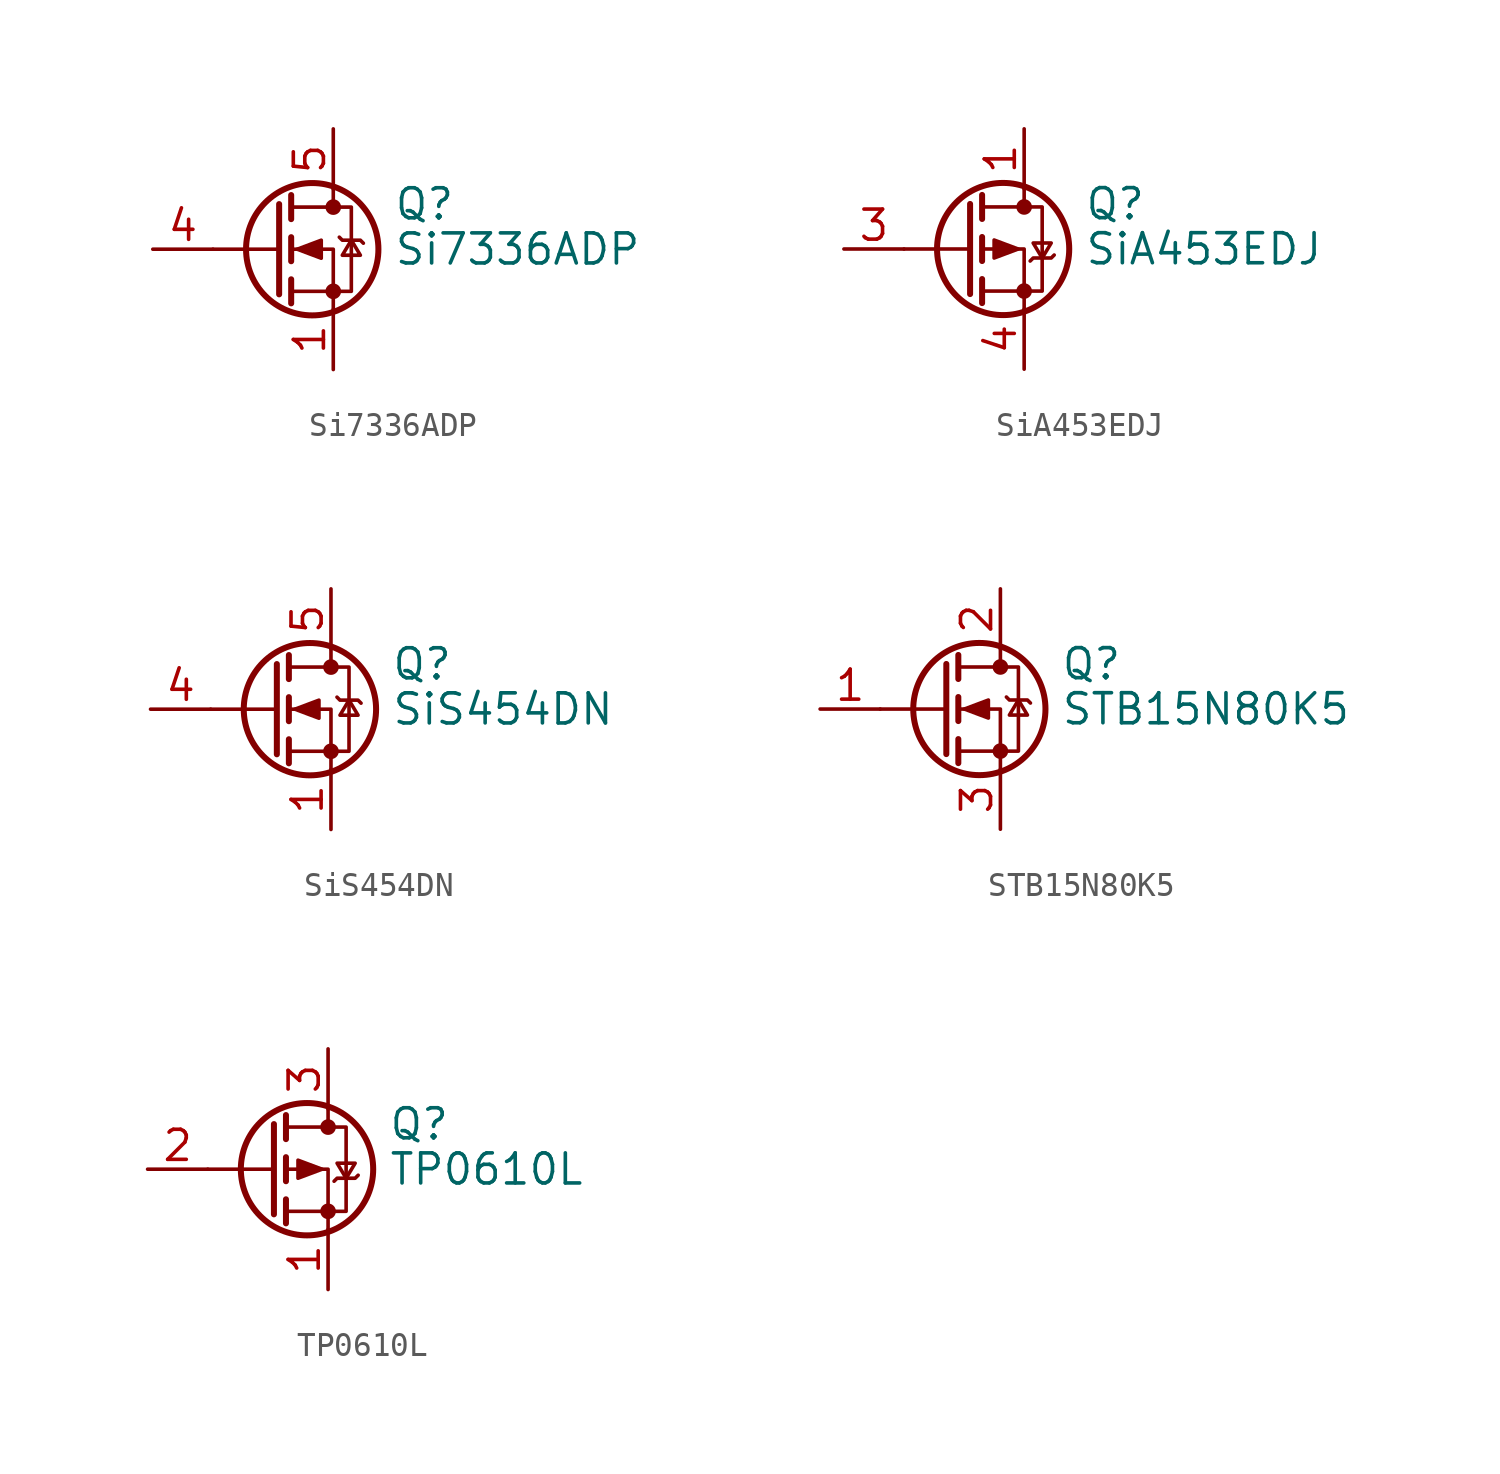
<source format=kicad_sym>
(kicad_symbol_lib
  (version 20211014)
  (generator kicad_symbol_editor)
  (symbol "Si7336ADP"
    (pin_names hide)
    (property "Reference" "Q"
      (at 5.08 1.905 0)
      (effects (font (size 1.27 1.27)) (justify left)))
    (property "Value" "Si7336ADP"
      (at 5.08 0 0)
      (effects (font (size 1.27 1.27)) (justify left)))
    (symbol "Si7336ADP_0_1"
      (polyline (pts (xy 0.254 0) (xy -2.54 0)) (stroke (width 0) (type default) (color 0 0 0 0)) (fill (type none)))
      (polyline (pts (xy 0.254 1.905) (xy 0.254 -1.905)) (stroke (width 0.254) (type default) (color 0 0 0 0)) (fill (type none)))
      (polyline (pts (xy 0.762 -1.27) (xy 0.762 -2.286)) (stroke (width 0.254) (type default) (color 0 0 0 0)) (fill (type none)))
      (polyline (pts (xy 0.762 0.508) (xy 0.762 -0.508)) (stroke (width 0.254) (type default) (color 0 0 0 0)) (fill (type none)))
      (polyline (pts (xy 0.762 2.286) (xy 0.762 1.27)) (stroke (width 0.254) (type default) (color 0 0 0 0)) (fill (type none)))
      (polyline (pts (xy 2.54 2.54) (xy 2.54 1.778)) (stroke (width 0) (type default) (color 0 0 0 0)) (fill (type none)))
      (polyline (pts (xy 2.54 -2.54) (xy 2.54 0) (xy 0.762 0)) (stroke (width 0) (type default) (color 0 0 0 0)) (fill (type none)))
      (polyline (pts (xy 0.762 -1.778) (xy 3.302 -1.778) (xy 3.302 1.778) (xy 0.762 1.778)) (stroke (width 0) (type default) (color 0 0 0 0)) (fill (type none)))
      (polyline (pts (xy 1.016 0) (xy 2.032 0.381) (xy 2.032 -0.381) (xy 1.016 0)) (stroke (width 0) (type default) (color 0 0 0 0)) (fill (type outline)))
      (polyline (pts (xy 2.794 0.508) (xy 2.921 0.381) (xy 3.683 0.381) (xy 3.81 0.254)) (stroke (width 0) (type default) (color 0 0 0 0)) (fill (type none)))
      (polyline (pts (xy 3.302 0.381) (xy 2.921 -0.254) (xy 3.683 -0.254) (xy 3.302 0.381)) (stroke (width 0) (type default) (color 0 0 0 0)) (fill (type none)))
      (circle (center 1.651 0) (radius 2.794) (stroke (width 0.254) (type default) (color 0 0 0 0)) (fill (type none)))
      (circle (center 2.54 -1.778) (radius 0.254) (stroke (width 0) (type default) (color 0 0 0 0)) (fill (type outline)))
      (circle (center 2.54 1.778) (radius 0.254) (stroke (width 0) (type default) (color 0 0 0 0)) (fill (type outline))))
    (symbol "Si7336ADP_1_1"
      (pin passive line (at 2.54 -5.08 90) (length 2.54) (name "S" (effects (font (size 1.27 1.27)))) (number "1" (effects (font (size 1.27 1.27)))))
      (pin passive line (at 2.54 -5.08 90) (length 2.54) hide (name "S" (effects (font (size 1.27 1.27)))) (number "2" (effects (font (size 1.27 1.27)))))
      (pin passive line (at 2.54 -5.08 90) (length 2.54) hide (name "S" (effects (font (size 1.27 1.27)))) (number "3" (effects (font (size 1.27 1.27)))))
      (pin input line (at -5.08 0 0) (length 2.54) (name "G" (effects (font (size 1.27 1.27)))) (number "4" (effects (font (size 1.27 1.27)))))
      (pin passive line (at 2.54 5.08 270) (length 2.54) (name "D" (effects (font (size 1.27 1.27)))) (number "5" (effects (font (size 1.27 1.27)))))))
  (symbol "SiA453EDJ"
    (pin_names hide)
    (property "Reference" "Q"
      (at 5.08 1.905 0)
      (effects (font (size 1.27 1.27)) (justify left)))
    (property "Value" "SiA453EDJ"
      (at 5.08 0 0)
      (effects (font (size 1.27 1.27)) (justify left)))
    (symbol "SiA453EDJ_0_1"
      (polyline (pts (xy 0.254 0) (xy -2.54 0)) (stroke (width 0) (type default) (color 0 0 0 0)) (fill (type none)))
      (polyline (pts (xy 0.254 1.905) (xy 0.254 -1.905)) (stroke (width 0.254) (type default) (color 0 0 0 0)) (fill (type none)))
      (polyline (pts (xy 0.762 -1.27) (xy 0.762 -2.286)) (stroke (width 0.254) (type default) (color 0 0 0 0)) (fill (type none)))
      (polyline (pts (xy 0.762 0.508) (xy 0.762 -0.508)) (stroke (width 0.254) (type default) (color 0 0 0 0)) (fill (type none)))
      (polyline (pts (xy 0.762 2.286) (xy 0.762 1.27)) (stroke (width 0.254) (type default) (color 0 0 0 0)) (fill (type none)))
      (polyline (pts (xy 2.54 2.54) (xy 2.54 1.778)) (stroke (width 0) (type default) (color 0 0 0 0)) (fill (type none)))
      (polyline (pts (xy 2.54 -2.54) (xy 2.54 0) (xy 0.762 0)) (stroke (width 0) (type default) (color 0 0 0 0)) (fill (type none)))
      (polyline (pts (xy 0.762 1.778) (xy 3.302 1.778) (xy 3.302 -1.778) (xy 0.762 -1.778)) (stroke (width 0) (type default) (color 0 0 0 0)) (fill (type none)))
      (polyline (pts (xy 2.286 0) (xy 1.27 0.381) (xy 1.27 -0.381) (xy 2.286 0)) (stroke (width 0) (type default) (color 0 0 0 0)) (fill (type outline)))
      (polyline (pts (xy 2.794 -0.508) (xy 2.921 -0.381) (xy 3.683 -0.381) (xy 3.81 -0.254)) (stroke (width 0) (type default) (color 0 0 0 0)) (fill (type none)))
      (polyline (pts (xy 3.302 -0.381) (xy 2.921 0.254) (xy 3.683 0.254) (xy 3.302 -0.381)) (stroke (width 0) (type default) (color 0 0 0 0)) (fill (type none)))
      (circle (center 1.651 0) (radius 2.794) (stroke (width 0.254) (type default) (color 0 0 0 0)) (fill (type none)))
      (circle (center 2.54 -1.778) (radius 0.254) (stroke (width 0) (type default) (color 0 0 0 0)) (fill (type outline)))
      (circle (center 2.54 1.778) (radius 0.254) (stroke (width 0) (type default) (color 0 0 0 0)) (fill (type outline))))
    (symbol "SiA453EDJ_1_1"
      (pin passive line (at 2.54 5.08 270) (length 2.54) (name "D" (effects (font (size 1.27 1.27)))) (number "1" (effects (font (size 1.27 1.27)))))
      (pin passive line (at -5.08 0 0) (length 2.54) (name "G" (effects (font (size 1.27 1.27)))) (number "3" (effects (font (size 1.27 1.27)))))
      (pin passive line (at 2.54 -5.08 90) (length 2.54) (name "S" (effects (font (size 1.27 1.27)))) (number "4" (effects (font (size 1.27 1.27)))))))
  (symbol "SiS454DN"
    (pin_names hide)
    (property "Reference" "Q"
      (at 5.08 1.905 0)
      (effects (font (size 1.27 1.27)) (justify left)))
    (property "Value" "SiS454DN"
      (at 5.08 0 0)
      (effects (font (size 1.27 1.27)) (justify left)))
    (symbol "SiS454DN_0_1"
      (polyline (pts (xy 0.254 0) (xy -2.54 0)) (stroke (width 0) (type default) (color 0 0 0 0)) (fill (type none)))
      (polyline (pts (xy 0.254 1.905) (xy 0.254 -1.905)) (stroke (width 0.254) (type default) (color 0 0 0 0)) (fill (type none)))
      (polyline (pts (xy 0.762 -1.27) (xy 0.762 -2.286)) (stroke (width 0.254) (type default) (color 0 0 0 0)) (fill (type none)))
      (polyline (pts (xy 0.762 0.508) (xy 0.762 -0.508)) (stroke (width 0.254) (type default) (color 0 0 0 0)) (fill (type none)))
      (polyline (pts (xy 0.762 2.286) (xy 0.762 1.27)) (stroke (width 0.254) (type default) (color 0 0 0 0)) (fill (type none)))
      (polyline (pts (xy 2.54 2.54) (xy 2.54 1.778)) (stroke (width 0) (type default) (color 0 0 0 0)) (fill (type none)))
      (polyline (pts (xy 2.54 -2.54) (xy 2.54 0) (xy 0.762 0)) (stroke (width 0) (type default) (color 0 0 0 0)) (fill (type none)))
      (polyline (pts (xy 0.762 -1.778) (xy 3.302 -1.778) (xy 3.302 1.778) (xy 0.762 1.778)) (stroke (width 0) (type default) (color 0 0 0 0)) (fill (type none)))
      (polyline (pts (xy 1.016 0) (xy 2.032 0.381) (xy 2.032 -0.381) (xy 1.016 0)) (stroke (width 0) (type default) (color 0 0 0 0)) (fill (type outline)))
      (polyline (pts (xy 2.794 0.508) (xy 2.921 0.381) (xy 3.683 0.381) (xy 3.81 0.254)) (stroke (width 0) (type default) (color 0 0 0 0)) (fill (type none)))
      (polyline (pts (xy 3.302 0.381) (xy 2.921 -0.254) (xy 3.683 -0.254) (xy 3.302 0.381)) (stroke (width 0) (type default) (color 0 0 0 0)) (fill (type none)))
      (circle (center 1.651 0) (radius 2.794) (stroke (width 0.254) (type default) (color 0 0 0 0)) (fill (type none)))
      (circle (center 2.54 -1.778) (radius 0.254) (stroke (width 0) (type default) (color 0 0 0 0)) (fill (type outline)))
      (circle (center 2.54 1.778) (radius 0.254) (stroke (width 0) (type default) (color 0 0 0 0)) (fill (type outline))))
    (symbol "SiS454DN_1_1"
      (pin passive line (at 2.54 -5.08 90) (length 2.54) (name "S" (effects (font (size 1.27 1.27)))) (number "1" (effects (font (size 1.27 1.27)))))
      (pin passive line (at 2.54 -5.08 90) (length 2.54) hide (name "S" (effects (font (size 1.27 1.27)))) (number "2" (effects (font (size 1.27 1.27)))))
      (pin passive line (at 2.54 -5.08 90) (length 2.54) hide (name "S" (effects (font (size 1.27 1.27)))) (number "3" (effects (font (size 1.27 1.27)))))
      (pin input line (at -5.08 0 0) (length 2.54) (name "G" (effects (font (size 1.27 1.27)))) (number "4" (effects (font (size 1.27 1.27)))))
      (pin passive line (at 2.54 5.08 270) (length 2.54) (name "D" (effects (font (size 1.27 1.27)))) (number "5" (effects (font (size 1.27 1.27)))))))
  (symbol "STB15N80K5"
    (pin_names hide)
    (property "Reference" "Q"
      (at 5.08 1.905 0)
      (effects (font (size 1.27 1.27)) (justify left)))
    (property "Value" "STB15N80K5"
      (at 5.08 0 0)
      (effects (font (size 1.27 1.27)) (justify left)))
    (symbol "STB15N80K5_0_1"
      (polyline (pts (xy 0.254 0) (xy -2.54 0)) (stroke (width 0) (type default) (color 0 0 0 0)) (fill (type none)))
      (polyline (pts (xy 0.254 1.905) (xy 0.254 -1.905)) (stroke (width 0.254) (type default) (color 0 0 0 0)) (fill (type none)))
      (polyline (pts (xy 0.762 -1.27) (xy 0.762 -2.286)) (stroke (width 0.254) (type default) (color 0 0 0 0)) (fill (type none)))
      (polyline (pts (xy 0.762 0.508) (xy 0.762 -0.508)) (stroke (width 0.254) (type default) (color 0 0 0 0)) (fill (type none)))
      (polyline (pts (xy 0.762 2.286) (xy 0.762 1.27)) (stroke (width 0.254) (type default) (color 0 0 0 0)) (fill (type none)))
      (polyline (pts (xy 2.54 2.54) (xy 2.54 1.778)) (stroke (width 0) (type default) (color 0 0 0 0)) (fill (type none)))
      (polyline (pts (xy 2.54 -2.54) (xy 2.54 0) (xy 0.762 0)) (stroke (width 0) (type default) (color 0 0 0 0)) (fill (type none)))
      (polyline (pts (xy 0.762 -1.778) (xy 3.302 -1.778) (xy 3.302 1.778) (xy 0.762 1.778)) (stroke (width 0) (type default) (color 0 0 0 0)) (fill (type none)))
      (polyline (pts (xy 1.016 0) (xy 2.032 0.381) (xy 2.032 -0.381) (xy 1.016 0)) (stroke (width 0) (type default) (color 0 0 0 0)) (fill (type outline)))
      (polyline (pts (xy 2.794 0.508) (xy 2.921 0.381) (xy 3.683 0.381) (xy 3.81 0.254)) (stroke (width 0) (type default) (color 0 0 0 0)) (fill (type none)))
      (polyline (pts (xy 3.302 0.381) (xy 2.921 -0.254) (xy 3.683 -0.254) (xy 3.302 0.381)) (stroke (width 0) (type default) (color 0 0 0 0)) (fill (type none)))
      (circle (center 1.651 0) (radius 2.794) (stroke (width 0.254) (type default) (color 0 0 0 0)) (fill (type none)))
      (circle (center 2.54 -1.778) (radius 0.254) (stroke (width 0) (type default) (color 0 0 0 0)) (fill (type outline)))
      (circle (center 2.54 1.778) (radius 0.254) (stroke (width 0) (type default) (color 0 0 0 0)) (fill (type outline))))
    (symbol "STB15N80K5_1_1"
      (pin passive line (at -5.08 0 0) (length 2.54) (name "G" (effects (font (size 1.27 1.27)))) (number "1" (effects (font (size 1.27 1.27)))))
      (pin passive line (at 2.54 5.08 270) (length 2.54) (name "D" (effects (font (size 1.27 1.27)))) (number "2" (effects (font (size 1.27 1.27)))))
      (pin passive line (at 2.54 -5.08 90) (length 2.54) (name "S" (effects (font (size 1.27 1.27)))) (number "3" (effects (font (size 1.27 1.27)))))))
  (symbol "TP0610L"
    (pin_names hide)
    (property "Reference" "Q"
      (at 5.08 1.905 0)
      (effects (font (size 1.27 1.27)) (justify left)))
    (property "Value" "TP0610L"
      (at 5.08 0 0)
      (effects (font (size 1.27 1.27)) (justify left)))
    (symbol "TP0610L_0_1"
      (polyline (pts (xy 0.254 0) (xy -2.54 0)) (stroke (width 0) (type default) (color 0 0 0 0)) (fill (type none)))
      (polyline (pts (xy 0.254 1.905) (xy 0.254 -1.905)) (stroke (width 0.254) (type default) (color 0 0 0 0)) (fill (type none)))
      (polyline (pts (xy 0.762 -1.27) (xy 0.762 -2.286)) (stroke (width 0.254) (type default) (color 0 0 0 0)) (fill (type none)))
      (polyline (pts (xy 0.762 0.508) (xy 0.762 -0.508)) (stroke (width 0.254) (type default) (color 0 0 0 0)) (fill (type none)))
      (polyline (pts (xy 0.762 2.286) (xy 0.762 1.27)) (stroke (width 0.254) (type default) (color 0 0 0 0)) (fill (type none)))
      (polyline (pts (xy 2.54 2.54) (xy 2.54 1.778)) (stroke (width 0) (type default) (color 0 0 0 0)) (fill (type none)))
      (polyline (pts (xy 2.54 -2.54) (xy 2.54 0) (xy 0.762 0)) (stroke (width 0) (type default) (color 0 0 0 0)) (fill (type none)))
      (polyline (pts (xy 0.762 1.778) (xy 3.302 1.778) (xy 3.302 -1.778) (xy 0.762 -1.778)) (stroke (width 0) (type default) (color 0 0 0 0)) (fill (type none)))
      (polyline (pts (xy 2.286 0) (xy 1.27 0.381) (xy 1.27 -0.381) (xy 2.286 0)) (stroke (width 0) (type default) (color 0 0 0 0)) (fill (type outline)))
      (polyline (pts (xy 2.794 -0.508) (xy 2.921 -0.381) (xy 3.683 -0.381) (xy 3.81 -0.254)) (stroke (width 0) (type default) (color 0 0 0 0)) (fill (type none)))
      (polyline (pts (xy 3.302 -0.381) (xy 2.921 0.254) (xy 3.683 0.254) (xy 3.302 -0.381)) (stroke (width 0) (type default) (color 0 0 0 0)) (fill (type none)))
      (circle (center 1.651 0) (radius 2.794) (stroke (width 0.254) (type default) (color 0 0 0 0)) (fill (type none)))
      (circle (center 2.54 -1.778) (radius 0.254) (stroke (width 0) (type default) (color 0 0 0 0)) (fill (type outline)))
      (circle (center 2.54 1.778) (radius 0.254) (stroke (width 0) (type default) (color 0 0 0 0)) (fill (type outline))))
    (symbol "TP0610L_1_1"
      (pin passive line (at 2.54 -5.08 90) (length 2.54) (name "S" (effects (font (size 1.27 1.27)))) (number "1" (effects (font (size 1.27 1.27)))))
      (pin input line (at -5.08 0 0) (length 2.54) (name "G" (effects (font (size 1.27 1.27)))) (number "2" (effects (font (size 1.27 1.27)))))
      (pin passive line (at 2.54 5.08 270) (length 2.54) (name "D" (effects (font (size 1.27 1.27)))) (number "3" (effects (font (size 1.27 1.27))))))))
</source>
